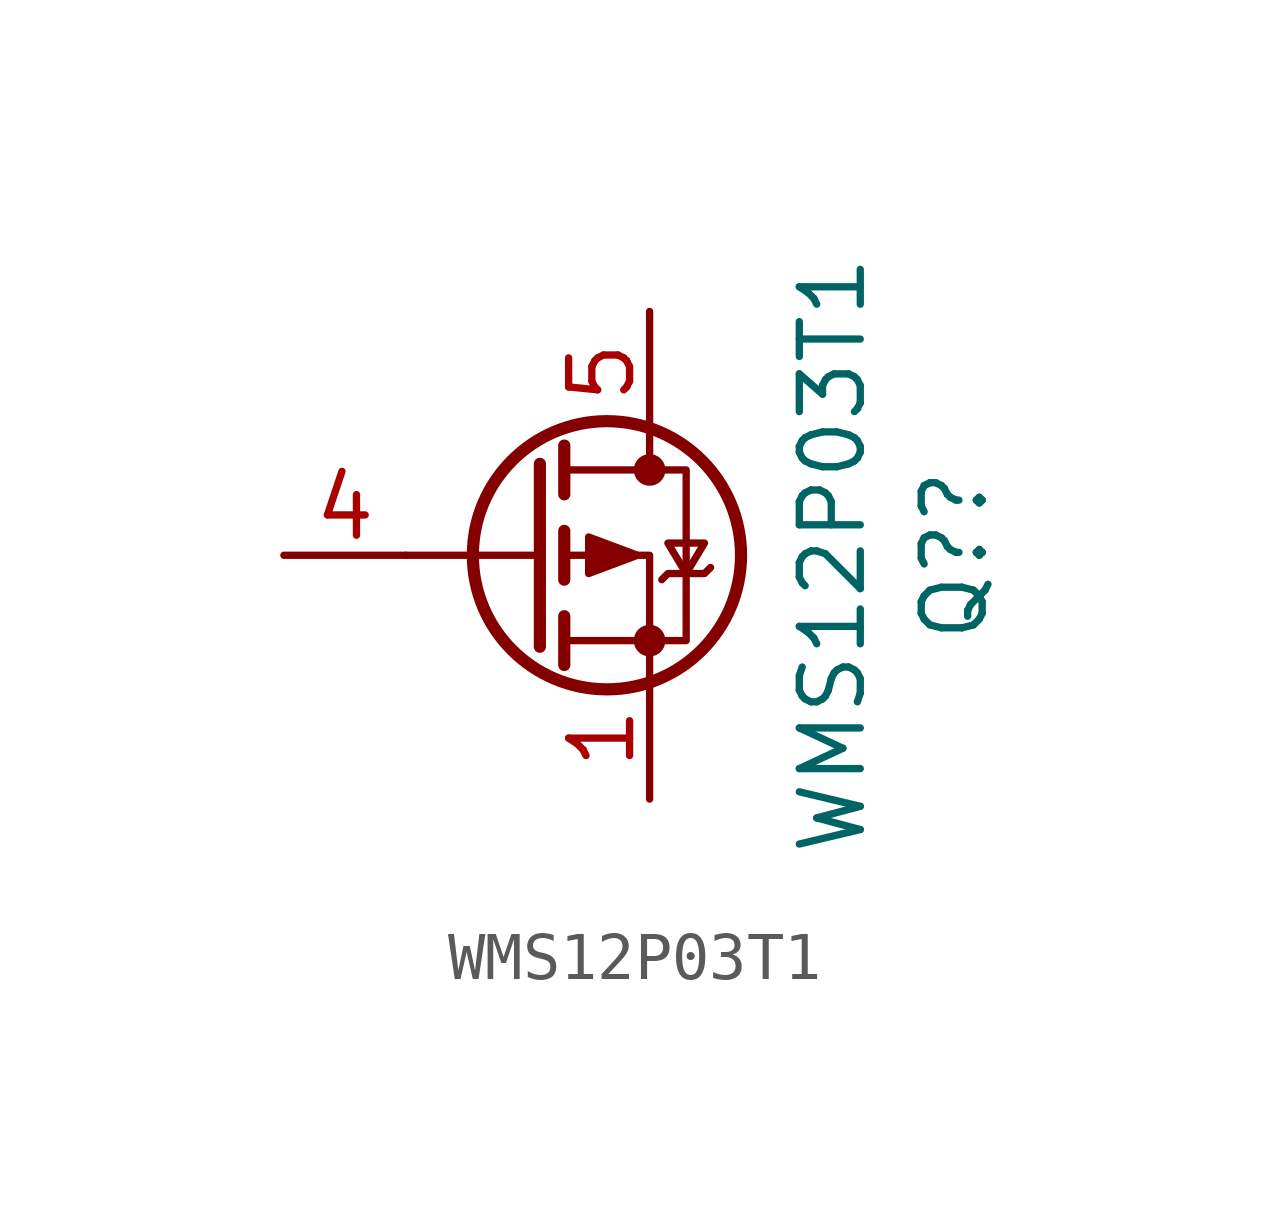
<source format=kicad_sym>
(kicad_symbol_lib
  (version 20211014)
  (generator kicad_symbol_editor)
  (symbol "WMS12P03T1"
    (pin_names
      (offset 0) hide)
    (property "Reference" "Q?"
      (at 8.89 0 90)
      (effects (font (size 1.27 1.27))))
    (property "Value" "WMS12P03T1"
      (at 6.35 0 90)
      (effects (font (size 1.27 1.27))))
    (symbol "WMS12P03T1_0_1"
      (polyline (pts (xy 0.254 0) (xy -2.54 0)) (stroke (width 0) (type default) (color 0 0 0 0)) (fill (type none)))
      (polyline (pts (xy 0.254 1.905) (xy 0.254 -1.905)) (stroke (width 0.254) (type default) (color 0 0 0 0)) (fill (type none)))
      (polyline (pts (xy 0.762 -1.27) (xy 0.762 -2.286)) (stroke (width 0.254) (type default) (color 0 0 0 0)) (fill (type none)))
      (polyline (pts (xy 0.762 0.508) (xy 0.762 -0.508)) (stroke (width 0.254) (type default) (color 0 0 0 0)) (fill (type none)))
      (polyline (pts (xy 0.762 2.286) (xy 0.762 1.27)) (stroke (width 0.254) (type default) (color 0 0 0 0)) (fill (type none)))
      (polyline (pts (xy 2.54 2.54) (xy 2.54 1.778)) (stroke (width 0) (type default) (color 0 0 0 0)) (fill (type none)))
      (polyline (pts (xy 2.54 -2.54) (xy 2.54 0) (xy 0.762 0)) (stroke (width 0) (type default) (color 0 0 0 0)) (fill (type none)))
      (polyline (pts (xy 0.762 1.778) (xy 3.302 1.778) (xy 3.302 -1.778) (xy 0.762 -1.778)) (stroke (width 0) (type default) (color 0 0 0 0)) (fill (type none)))
      (polyline (pts (xy 2.286 0) (xy 1.27 0.381) (xy 1.27 -0.381) (xy 2.286 0)) (stroke (width 0) (type default) (color 0 0 0 0)) (fill (type outline)))
      (polyline (pts (xy 2.794 -0.508) (xy 2.921 -0.381) (xy 3.683 -0.381) (xy 3.81 -0.254)) (stroke (width 0) (type default) (color 0 0 0 0)) (fill (type none)))
      (polyline (pts (xy 3.302 -0.381) (xy 2.921 0.254) (xy 3.683 0.254) (xy 3.302 -0.381)) (stroke (width 0) (type default) (color 0 0 0 0)) (fill (type none)))
      (circle (center 1.651 0) (radius 2.794) (stroke (width 0.254) (type default) (color 0 0 0 0)) (fill (type none)))
      (circle (center 2.54 -1.778) (radius 0.254) (stroke (width 0) (type default) (color 0 0 0 0)) (fill (type outline)))
      (circle (center 2.54 1.778) (radius 0.254) (stroke (width 0) (type default) (color 0 0 0 0)) (fill (type outline))))
    (symbol "WMS12P03T1_1_1"
      (pin passive line (at 2.54 -5.08 90) (length 2.54) (name "S" (effects (font (size 1.27 1.27)))) (number "1" (effects (font (size 1.27 1.27)))))
      (pin passive line (at 2.54 -5.08 90) (length 2.54) hide (name "S" (effects (font (size 1.27 1.27)))) (number "2" (effects (font (size 1.27 1.27)))))
      (pin passive line (at 2.54 -5.08 90) (length 2.54) hide (name "S" (effects (font (size 1.27 1.27)))) (number "3" (effects (font (size 1.27 1.27)))))
      (pin input line (at -5.08 0 0) (length 2.54) (name "G" (effects (font (size 1.27 1.27)))) (number "4" (effects (font (size 1.27 1.27)))))
      (pin passive line (at 2.54 5.08 270) (length 2.54) (name "D" (effects (font (size 1.27 1.27)))) (number "5" (effects (font (size 1.27 1.27)))))
      (pin passive line (at 2.54 5.08 270) (length 2.54) hide (name "D" (effects (font (size 1.27 1.27)))) (number "6" (effects (font (size 1.27 1.27)))))
      (pin passive line (at 2.54 5.08 270) (length 2.54) hide (name "D" (effects (font (size 1.27 1.27)))) (number "7" (effects (font (size 1.27 1.27)))))
      (pin passive line (at 2.54 5.08 270) (length 2.54) hide (name "D" (effects (font (size 1.27 1.27)))) (number "8" (effects (font (size 1.27 1.27))))))))
</source>
